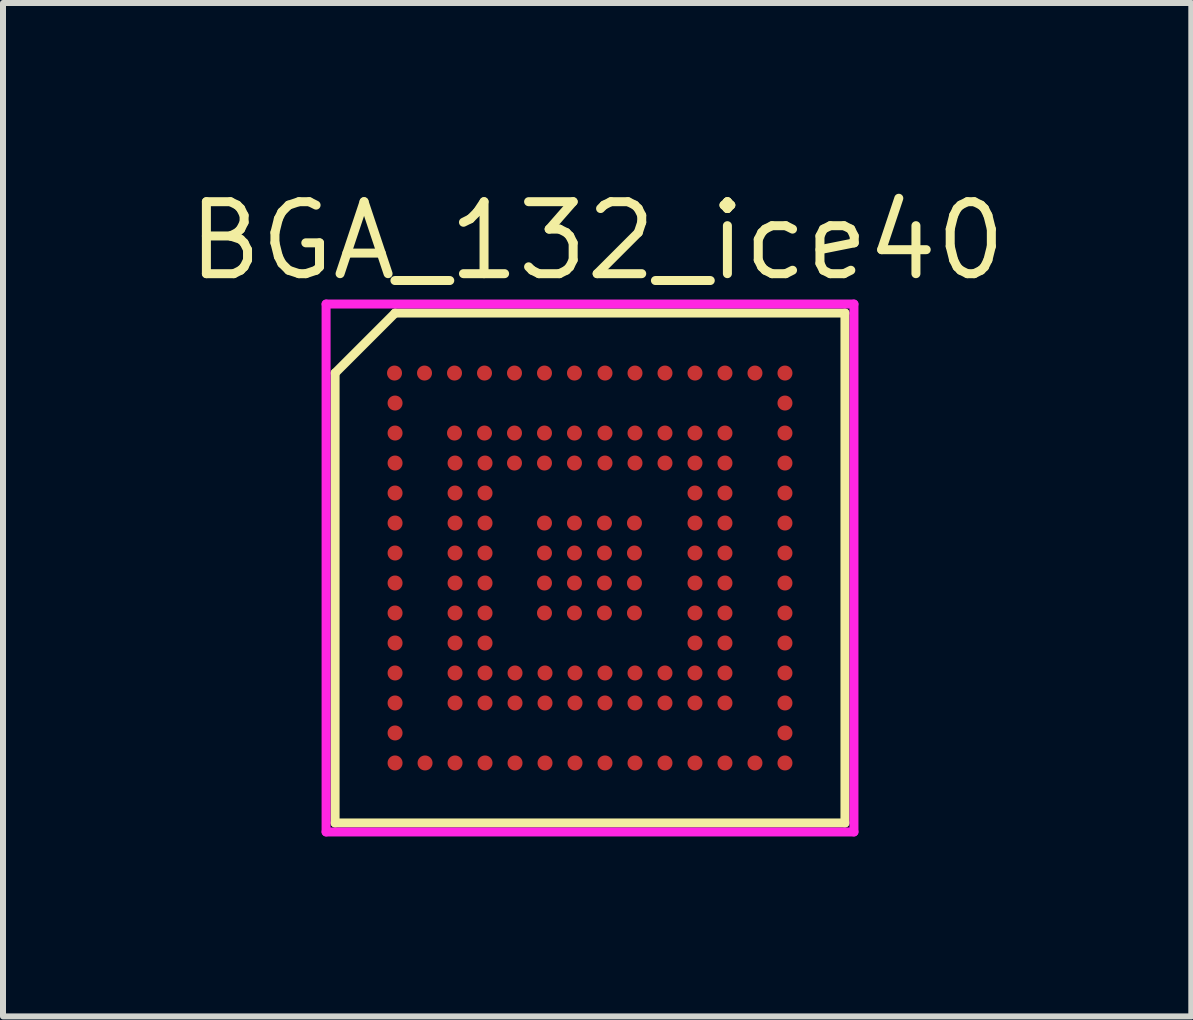
<source format=kicad_pcb>
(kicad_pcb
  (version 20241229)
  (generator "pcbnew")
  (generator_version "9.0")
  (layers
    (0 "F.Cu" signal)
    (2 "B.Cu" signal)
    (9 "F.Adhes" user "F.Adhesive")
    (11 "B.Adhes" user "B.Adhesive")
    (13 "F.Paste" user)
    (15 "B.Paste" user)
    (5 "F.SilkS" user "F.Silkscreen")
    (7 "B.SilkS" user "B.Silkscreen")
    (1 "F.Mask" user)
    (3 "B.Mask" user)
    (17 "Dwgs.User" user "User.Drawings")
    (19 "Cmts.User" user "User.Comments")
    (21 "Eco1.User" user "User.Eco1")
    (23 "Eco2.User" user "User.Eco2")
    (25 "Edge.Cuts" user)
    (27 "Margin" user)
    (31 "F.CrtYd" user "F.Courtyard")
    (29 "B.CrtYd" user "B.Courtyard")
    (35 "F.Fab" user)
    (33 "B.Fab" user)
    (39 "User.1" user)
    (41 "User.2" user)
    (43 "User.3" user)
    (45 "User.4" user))
  (footprint "BGA_132_ice40"
    (layer "F.Cu")
    (at 6.782 6.415)
    (property "Reference" "BGA_132_ice40" (at 0.123 -5.45 0) (layer "F.SilkS") (effects (font (size 1.2 1.2) (thickness 0.15))))
    (attr through_hole)
    (fp_line (start -4.246 -3.246) (end -4.246 4.254) (stroke (width 0.15) (type solid)) (layer "F.SilkS"))
    (fp_line (start -4.246 4.254) (end 4.254 4.254) (stroke (width 0.15) (type solid)) (layer "F.SilkS"))
    (fp_line (start -3.246 -4.246) (end -4.246 -3.246) (stroke (width 0.15) (type solid)) (layer "F.SilkS"))
    (fp_line (start 4.254 -4.246) (end -3.246 -4.246) (stroke (width 0.15) (type solid)) (layer "F.SilkS"))
    (fp_line (start 4.254 4.254) (end 4.254 -4.246) (stroke (width 0.15) (type solid)) (layer "F.SilkS"))
    (fp_line (start -4.396 -4.396) (end 4.404 -4.396) (stroke (width 0.15) (type solid)) (layer "F.CrtYd"))
    (fp_line (start -4.396 4.404) (end -4.396 -4.396) (stroke (width 0.15) (type solid)) (layer "F.CrtYd"))
    (fp_line (start 4.404 -4.396) (end 4.404 4.404) (stroke (width 0.15) (type solid)) (layer "F.CrtYd"))
    (fp_line (start 4.404 4.404) (end -4.396 4.404) (stroke (width 0.15) (type solid)) (layer "F.CrtYd"))
    (pad "A1" smd circle (at -3.255 -3.246) (size 0.25 0.25) (layers "F.Cu" "F.Mask" "F.Paste"))
    (pad "A2" smd circle (at -2.755 -3.246) (size 0.25 0.25) (layers "F.Cu" "F.Mask" "F.Paste"))
    (pad "A3" smd circle (at -2.255 -3.246) (size 0.25 0.25) (layers "F.Cu" "F.Mask" "F.Paste"))
    (pad "A4" smd circle (at -1.755 -3.246) (size 0.25 0.25) (layers "F.Cu" "F.Mask" "F.Paste"))
    (pad "A5" smd circle (at -1.255 -3.246) (size 0.25 0.25) (layers "F.Cu" "F.Mask" "F.Paste"))
    (pad "A6" smd circle (at -0.755 -3.246) (size 0.25 0.25) (layers "F.Cu" "F.Mask" "F.Paste"))
    (pad "A7" smd circle (at -0.255 -3.246) (size 0.25 0.25) (layers "F.Cu" "F.Mask" "F.Paste"))
    (pad "A8" smd circle (at 0.254 -3.246) (size 0.25 0.25) (layers "F.Cu" "F.Mask" "F.Paste"))
    (pad "A9" smd circle (at 0.754 -3.246) (size 0.25 0.25) (layers "F.Cu" "F.Mask" "F.Paste"))
    (pad "A10" smd circle (at 1.254 -3.246) (size 0.25 0.25) (layers "F.Cu" "F.Mask" "F.Paste"))
    (pad "A11" smd circle (at 1.754 -3.246) (size 0.25 0.25) (layers "F.Cu" "F.Mask" "F.Paste"))
    (pad "A12" smd circle (at 2.254 -3.246) (size 0.25 0.25) (layers "F.Cu" "F.Mask" "F.Paste"))
    (pad "A13" smd circle (at 2.754 -3.246) (size 0.25 0.25) (layers "F.Cu" "F.Mask" "F.Paste"))
    (pad "A14" smd circle (at 3.254 -3.246) (size 0.25 0.25) (layers "F.Cu" "F.Mask" "F.Paste"))
    (pad "B1" smd circle (at -3.246 -2.746) (size 0.25 0.25) (layers "F.Cu" "F.Mask" "F.Paste"))
    (pad "B14" smd circle (at 3.254 -2.746) (size 0.25 0.25) (layers "F.Cu" "F.Mask" "F.Paste"))
    (pad "C1" smd circle (at -3.246 -2.246) (size 0.25 0.25) (layers "F.Cu" "F.Mask" "F.Paste"))
    (pad "C3" smd circle (at -2.255 -2.246) (size 0.25 0.25) (layers "F.Cu" "F.Mask" "F.Paste"))
    (pad "C4" smd circle (at -1.755 -2.246) (size 0.25 0.25) (layers "F.Cu" "F.Mask" "F.Paste"))
    (pad "C5" smd circle (at -1.255 -2.246) (size 0.25 0.25) (layers "F.Cu" "F.Mask" "F.Paste"))
    (pad "C6" smd circle (at -0.755 -2.246) (size 0.25 0.25) (layers "F.Cu" "F.Mask" "F.Paste"))
    (pad "C7" smd circle (at -0.255 -2.246) (size 0.25 0.25) (layers "F.Cu" "F.Mask" "F.Paste"))
    (pad "C8" smd circle (at 0.254 -2.246) (size 0.25 0.25) (layers "F.Cu" "F.Mask" "F.Paste"))
    (pad "C9" smd circle (at 0.754 -2.246) (size 0.25 0.25) (layers "F.Cu" "F.Mask" "F.Paste"))
    (pad "C10" smd circle (at 1.254 -2.246) (size 0.25 0.25) (layers "F.Cu" "F.Mask" "F.Paste"))
    (pad "C11" smd circle (at 1.754 -2.246) (size 0.25 0.25) (layers "F.Cu" "F.Mask" "F.Paste"))
    (pad "C12" smd circle (at 2.254 -2.246) (size 0.25 0.25) (layers "F.Cu" "F.Mask" "F.Paste"))
    (pad "C14" smd circle (at 3.254 -2.246) (size 0.25 0.25) (layers "F.Cu" "F.Mask" "F.Paste"))
    (pad "D1" smd circle (at -3.246 -1.746) (size 0.25 0.25) (layers "F.Cu" "F.Mask" "F.Paste"))
    (pad "D3" smd circle (at -2.246 -1.746) (size 0.25 0.25) (layers "F.Cu" "F.Mask" "F.Paste"))
    (pad "D4" smd circle (at -1.746 -1.746) (size 0.25 0.25) (layers "F.Cu" "F.Mask" "F.Paste"))
    (pad "D5" smd circle (at -1.255 -1.746) (size 0.25 0.25) (layers "F.Cu" "F.Mask" "F.Paste"))
    (pad "D6" smd circle (at -0.755 -1.746) (size 0.25 0.25) (layers "F.Cu" "F.Mask" "F.Paste"))
    (pad "D7" smd circle (at -0.255 -1.746) (size 0.25 0.25) (layers "F.Cu" "F.Mask" "F.Paste"))
    (pad "D8" smd circle (at 0.254 -1.746) (size 0.25 0.25) (layers "F.Cu" "F.Mask" "F.Paste"))
    (pad "D9" smd circle (at 0.754 -1.746) (size 0.25 0.25) (layers "F.Cu" "F.Mask" "F.Paste"))
    (pad "D10" smd circle (at 1.254 -1.746) (size 0.25 0.25) (layers "F.Cu" "F.Mask" "F.Paste"))
    (pad "D11" smd circle (at 1.754 -1.746) (size 0.25 0.25) (layers "F.Cu" "F.Mask" "F.Paste"))
    (pad "D12" smd circle (at 2.254 -1.746) (size 0.25 0.25) (layers "F.Cu" "F.Mask" "F.Paste"))
    (pad "D14" smd circle (at 3.254 -1.746) (size 0.25 0.25) (layers "F.Cu" "F.Mask" "F.Paste"))
    (pad "E1" smd circle (at -3.246 -1.246) (size 0.25 0.25) (layers "F.Cu" "F.Mask" "F.Paste"))
    (pad "E3" smd circle (at -2.246 -1.246) (size 0.25 0.25) (layers "F.Cu" "F.Mask" "F.Paste"))
    (pad "E4" smd circle (at -1.746 -1.246) (size 0.25 0.25) (layers "F.Cu" "F.Mask" "F.Paste"))
    (pad "E11" smd circle (at 1.754 -1.246) (size 0.25 0.25) (layers "F.Cu" "F.Mask" "F.Paste"))
    (pad "E12" smd circle (at 2.254 -1.246) (size 0.25 0.25) (layers "F.Cu" "F.Mask" "F.Paste"))
    (pad "E14" smd circle (at 3.254 -1.246) (size 0.25 0.25) (layers "F.Cu" "F.Mask" "F.Paste"))
    (pad "F1" smd circle (at -3.246 -0.746) (size 0.25 0.25) (layers "F.Cu" "F.Mask" "F.Paste"))
    (pad "F3" smd circle (at -2.246 -0.746) (size 0.25 0.25) (layers "F.Cu" "F.Mask" "F.Paste"))
    (pad "F4" smd circle (at -1.746 -0.746) (size 0.25 0.25) (layers "F.Cu" "F.Mask" "F.Paste"))
    (pad "F6" smd circle (at -0.755 -0.746) (size 0.25 0.25) (layers "F.Cu" "F.Mask" "F.Paste"))
    (pad "F7" smd circle (at -0.255 -0.746) (size 0.25 0.25) (layers "F.Cu" "F.Mask" "F.Paste"))
    (pad "F8" smd circle (at 0.245 -0.746) (size 0.25 0.25) (layers "F.Cu" "F.Mask" "F.Paste"))
    (pad "F9" smd circle (at 0.745 -0.746) (size 0.25 0.25) (layers "F.Cu" "F.Mask" "F.Paste"))
    (pad "F11" smd circle (at 1.754 -0.746) (size 0.25 0.25) (layers "F.Cu" "F.Mask" "F.Paste"))
    (pad "F12" smd circle (at 2.254 -0.746) (size 0.25 0.25) (layers "F.Cu" "F.Mask" "F.Paste"))
    (pad "F14" smd circle (at 3.254 -0.746) (size 0.25 0.25) (layers "F.Cu" "F.Mask" "F.Paste"))
    (pad "G1" smd circle (at -3.246 -0.246) (size 0.25 0.25) (layers "F.Cu" "F.Mask" "F.Paste"))
    (pad "G3" smd circle (at -2.246 -0.246) (size 0.25 0.25) (layers "F.Cu" "F.Mask" "F.Paste"))
    (pad "G4" smd circle (at -1.746 -0.246) (size 0.25 0.25) (layers "F.Cu" "F.Mask" "F.Paste"))
    (pad "G6" smd circle (at -0.755 -0.246) (size 0.25 0.25) (layers "F.Cu" "F.Mask" "F.Paste"))
    (pad "G7" smd circle (at -0.255 -0.246) (size 0.25 0.25) (layers "F.Cu" "F.Mask" "F.Paste"))
    (pad "G8" smd circle (at 0.245 -0.246) (size 0.25 0.25) (layers "F.Cu" "F.Mask" "F.Paste"))
    (pad "G9" smd circle (at 0.745 -0.246) (size 0.25 0.25) (layers "F.Cu" "F.Mask" "F.Paste"))
    (pad "G11" smd circle (at 1.754 -0.246) (size 0.25 0.25) (layers "F.Cu" "F.Mask" "F.Paste"))
    (pad "G12" smd circle (at 2.254 -0.246) (size 0.25 0.25) (layers "F.Cu" "F.Mask" "F.Paste"))
    (pad "G14" smd circle (at 3.254 -0.246) (size 0.25 0.25) (layers "F.Cu" "F.Mask" "F.Paste"))
    (pad "H1" smd circle (at -3.246 0.254) (size 0.25 0.25) (layers "F.Cu" "F.Mask" "F.Paste"))
    (pad "H3" smd circle (at -2.246 0.254) (size 0.25 0.25) (layers "F.Cu" "F.Mask" "F.Paste"))
    (pad "H4" smd circle (at -1.746 0.254) (size 0.25 0.25) (layers "F.Cu" "F.Mask" "F.Paste"))
    (pad "H6" smd circle (at -0.755 0.254) (size 0.25 0.25) (layers "F.Cu" "F.Mask" "F.Paste"))
    (pad "H7" smd circle (at -0.255 0.254) (size 0.25 0.25) (layers "F.Cu" "F.Mask" "F.Paste"))
    (pad "H8" smd circle (at 0.245 0.254) (size 0.25 0.25) (layers "F.Cu" "F.Mask" "F.Paste"))
    (pad "H9" smd circle (at 0.745 0.254) (size 0.25 0.25) (layers "F.Cu" "F.Mask" "F.Paste"))
    (pad "H11" smd circle (at 1.754 0.254) (size 0.25 0.25) (layers "F.Cu" "F.Mask" "F.Paste"))
    (pad "H12" smd circle (at 2.254 0.254) (size 0.25 0.25) (layers "F.Cu" "F.Mask" "F.Paste"))
    (pad "H14" smd circle (at 3.254 0.254) (size 0.25 0.25) (layers "F.Cu" "F.Mask" "F.Paste"))
    (pad "J1" smd circle (at -3.246 0.754) (size 0.25 0.25) (layers "F.Cu" "F.Mask" "F.Paste"))
    (pad "J3" smd circle (at -2.246 0.754) (size 0.25 0.25) (layers "F.Cu" "F.Mask" "F.Paste"))
    (pad "J4" smd circle (at -1.746 0.754) (size 0.25 0.25) (layers "F.Cu" "F.Mask" "F.Paste"))
    (pad "J6" smd circle (at -0.755 0.754) (size 0.25 0.25) (layers "F.Cu" "F.Mask" "F.Paste"))
    (pad "J7" smd circle (at -0.255 0.754) (size 0.25 0.25) (layers "F.Cu" "F.Mask" "F.Paste"))
    (pad "J8" smd circle (at 0.245 0.754) (size 0.25 0.25) (layers "F.Cu" "F.Mask" "F.Paste"))
    (pad "J9" smd circle (at 0.745 0.754) (size 0.25 0.25) (layers "F.Cu" "F.Mask" "F.Paste"))
    (pad "J11" smd circle (at 1.754 0.754) (size 0.25 0.25) (layers "F.Cu" "F.Mask" "F.Paste"))
    (pad "J12" smd circle (at 2.254 0.754) (size 0.25 0.25) (layers "F.Cu" "F.Mask" "F.Paste"))
    (pad "J14" smd circle (at 3.254 0.754) (size 0.25 0.25) (layers "F.Cu" "F.Mask" "F.Paste"))
    (pad "K1" smd circle (at -3.246 1.254) (size 0.25 0.25) (layers "F.Cu" "F.Mask" "F.Paste"))
    (pad "K3" smd circle (at -2.246 1.254) (size 0.25 0.25) (layers "F.Cu" "F.Mask" "F.Paste"))
    (pad "K4" smd circle (at -1.746 1.254) (size 0.25 0.25) (layers "F.Cu" "F.Mask" "F.Paste"))
    (pad "K11" smd circle (at 1.754 1.254) (size 0.25 0.25) (layers "F.Cu" "F.Mask" "F.Paste"))
    (pad "K12" smd circle (at 2.254 1.254) (size 0.25 0.25) (layers "F.Cu" "F.Mask" "F.Paste"))
    (pad "K14" smd circle (at 3.254 1.254) (size 0.25 0.25) (layers "F.Cu" "F.Mask" "F.Paste"))
    (pad "L1" smd circle (at -3.246 1.754) (size 0.25 0.25) (layers "F.Cu" "F.Mask" "F.Paste"))
    (pad "L3" smd circle (at -2.246 1.754) (size 0.25 0.25) (layers "F.Cu" "F.Mask" "F.Paste"))
    (pad "L4" smd circle (at -1.746 1.754) (size 0.25 0.25) (layers "F.Cu" "F.Mask" "F.Paste"))
    (pad "L5" smd circle (at -1.246 1.754) (size 0.25 0.25) (layers "F.Cu" "F.Mask" "F.Paste"))
    (pad "L6" smd circle (at -0.746 1.754) (size 0.25 0.25) (layers "F.Cu" "F.Mask" "F.Paste"))
    (pad "L7" smd circle (at -0.246 1.754) (size 0.25 0.25) (layers "F.Cu" "F.Mask" "F.Paste"))
    (pad "L8" smd circle (at 0.254 1.754) (size 0.25 0.25) (layers "F.Cu" "F.Mask" "F.Paste"))
    (pad "L9" smd circle (at 0.754 1.754) (size 0.25 0.25) (layers "F.Cu" "F.Mask" "F.Paste"))
    (pad "L10" smd circle (at 1.254 1.754) (size 0.25 0.25) (layers "F.Cu" "F.Mask" "F.Paste"))
    (pad "L11" smd circle (at 1.754 1.754) (size 0.25 0.25) (layers "F.Cu" "F.Mask" "F.Paste"))
    (pad "L12" smd circle (at 2.254 1.754) (size 0.25 0.25) (layers "F.Cu" "F.Mask" "F.Paste"))
    (pad "L14" smd circle (at 3.254 1.754) (size 0.25 0.25) (layers "F.Cu" "F.Mask" "F.Paste"))
    (pad "M1" smd circle (at -3.246 2.254) (size 0.25 0.25) (layers "F.Cu" "F.Mask" "F.Paste"))
    (pad "M3" smd circle (at -2.246 2.254) (size 0.25 0.25) (layers "F.Cu" "F.Mask" "F.Paste"))
    (pad "M4" smd circle (at -1.746 2.254) (size 0.25 0.25) (layers "F.Cu" "F.Mask" "F.Paste"))
    (pad "M5" smd circle (at -1.246 2.254) (size 0.25 0.25) (layers "F.Cu" "F.Mask" "F.Paste"))
    (pad "M6" smd circle (at -0.746 2.254) (size 0.25 0.25) (layers "F.Cu" "F.Mask" "F.Paste"))
    (pad "M7" smd circle (at -0.246 2.254) (size 0.25 0.25) (layers "F.Cu" "F.Mask" "F.Paste"))
    (pad "M8" smd circle (at 0.254 2.254) (size 0.25 0.25) (layers "F.Cu" "F.Mask" "F.Paste"))
    (pad "M9" smd circle (at 0.754 2.254) (size 0.25 0.25) (layers "F.Cu" "F.Mask" "F.Paste"))
    (pad "M10" smd circle (at 1.254 2.254) (size 0.25 0.25) (layers "F.Cu" "F.Mask" "F.Paste"))
    (pad "M11" smd circle (at 1.754 2.254) (size 0.25 0.25) (layers "F.Cu" "F.Mask" "F.Paste"))
    (pad "M12" smd circle (at 2.254 2.254) (size 0.25 0.25) (layers "F.Cu" "F.Mask" "F.Paste"))
    (pad "M14" smd circle (at 3.254 2.254) (size 0.25 0.25) (layers "F.Cu" "F.Mask" "F.Paste"))
    (pad "N1" smd circle (at -3.246 2.754) (size 0.25 0.25) (layers "F.Cu" "F.Mask" "F.Paste"))
    (pad "N14" smd circle (at 3.254 2.754) (size 0.25 0.25) (layers "F.Cu" "F.Mask" "F.Paste"))
    (pad "P1" smd circle (at -3.246 3.254) (size 0.25 0.25) (layers "F.Cu" "F.Mask" "F.Paste"))
    (pad "P2" smd circle (at -2.746 3.254) (size 0.25 0.25) (layers "F.Cu" "F.Mask" "F.Paste"))
    (pad "P3" smd circle (at -2.246 3.254) (size 0.25 0.25) (layers "F.Cu" "F.Mask" "B.Adhes" "F.Paste"))
    (pad "P4" smd circle (at -1.746 3.254) (size 0.25 0.25) (layers "F.Cu" "F.Mask" "F.Paste"))
    (pad "P5" smd circle (at -1.246 3.254) (size 0.25 0.25) (layers "F.Cu" "F.Mask" "F.Paste"))
    (pad "P6" smd circle (at -0.746 3.254) (size 0.25 0.25) (layers "F.Cu" "F.Mask" "F.Paste"))
    (pad "P7" smd circle (at -0.246 3.254) (size 0.25 0.25) (layers "F.Cu" "F.Mask" "F.Paste"))
    (pad "P8" smd circle (at 0.254 3.254) (size 0.25 0.25) (layers "F.Cu" "F.Mask" "F.Paste"))
    (pad "P9" smd circle (at 0.754 3.254) (size 0.25 0.25) (layers "F.Cu" "F.Mask" "F.Paste"))
    (pad "P10" smd circle (at 1.254 3.254) (size 0.25 0.25) (layers "F.Cu" "F.Mask" "F.Paste"))
    (pad "P11" smd circle (at 1.754 3.254) (size 0.25 0.25) (layers "F.Cu" "F.Mask" "F.Paste"))
    (pad "P12" smd circle (at 2.254 3.254) (size 0.25 0.25) (layers "F.Cu" "F.Mask" "F.Paste"))
    (pad "P13" smd circle (at 2.754 3.254) (size 0.25 0.25) (layers "F.Cu" "F.Mask" "F.Paste"))
    (pad "P14" smd circle (at 3.254 3.254) (size 0.25 0.25) (layers "F.Cu" "F.Mask" "F.Paste")))
  (gr_rect
    (start -3 -3)
    (end 16.81 13.894)
    (stroke (width 0.1) (type default))
    (fill no)
    (layer "Edge.Cuts")))
</source>
